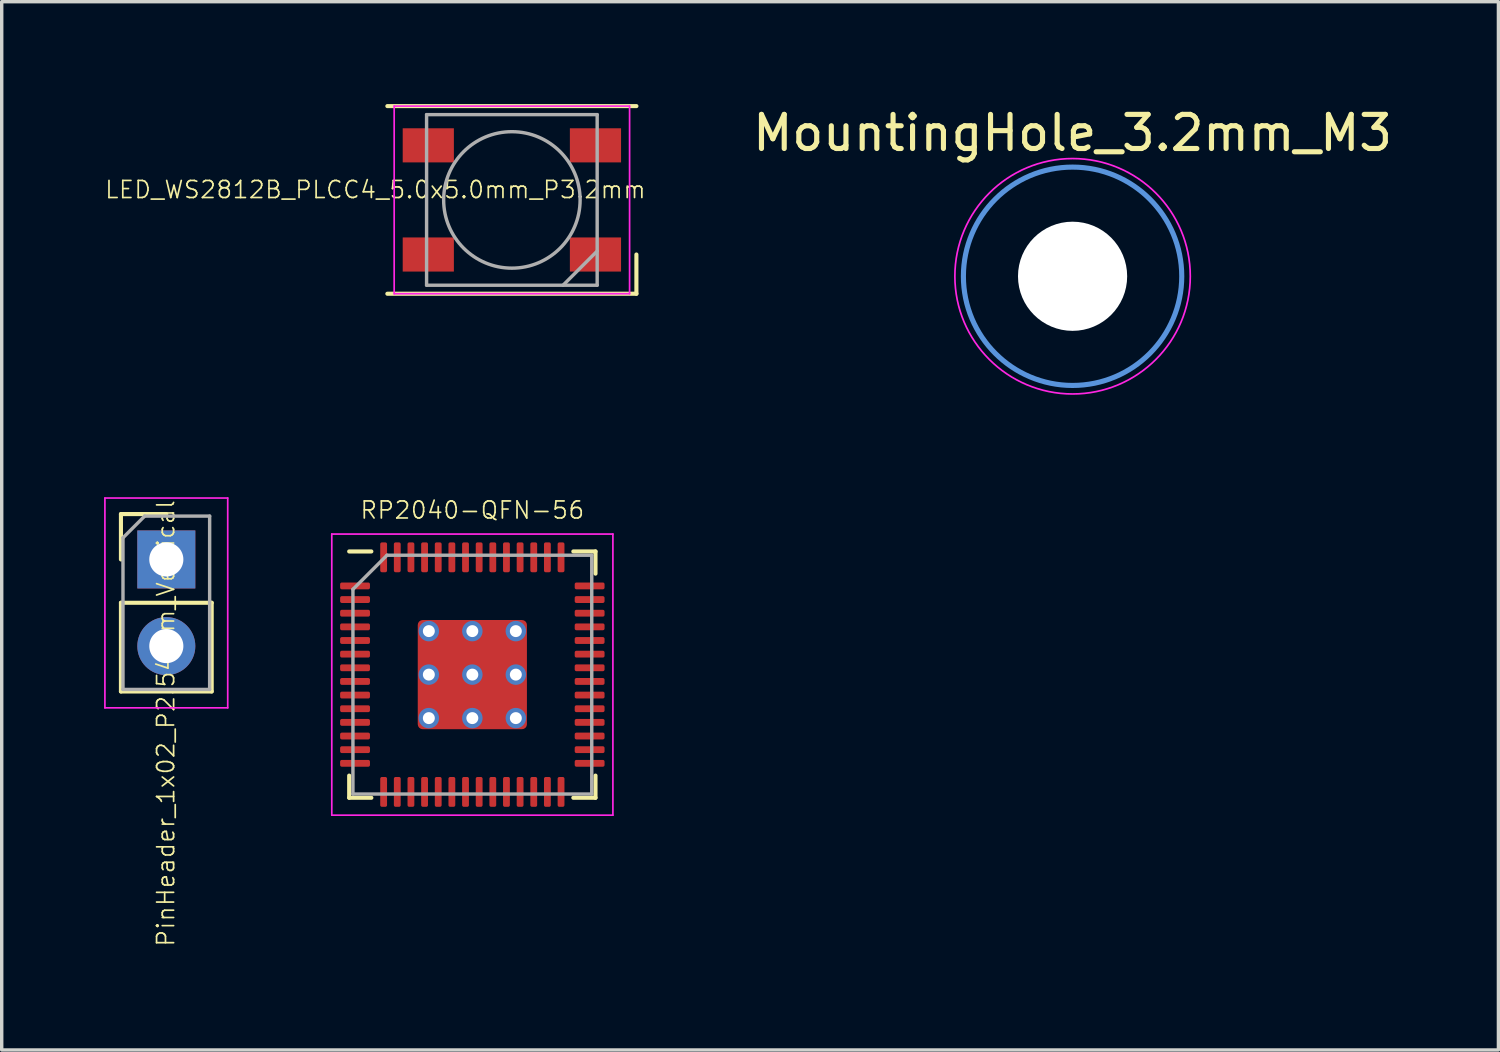
<source format=kicad_pcb>
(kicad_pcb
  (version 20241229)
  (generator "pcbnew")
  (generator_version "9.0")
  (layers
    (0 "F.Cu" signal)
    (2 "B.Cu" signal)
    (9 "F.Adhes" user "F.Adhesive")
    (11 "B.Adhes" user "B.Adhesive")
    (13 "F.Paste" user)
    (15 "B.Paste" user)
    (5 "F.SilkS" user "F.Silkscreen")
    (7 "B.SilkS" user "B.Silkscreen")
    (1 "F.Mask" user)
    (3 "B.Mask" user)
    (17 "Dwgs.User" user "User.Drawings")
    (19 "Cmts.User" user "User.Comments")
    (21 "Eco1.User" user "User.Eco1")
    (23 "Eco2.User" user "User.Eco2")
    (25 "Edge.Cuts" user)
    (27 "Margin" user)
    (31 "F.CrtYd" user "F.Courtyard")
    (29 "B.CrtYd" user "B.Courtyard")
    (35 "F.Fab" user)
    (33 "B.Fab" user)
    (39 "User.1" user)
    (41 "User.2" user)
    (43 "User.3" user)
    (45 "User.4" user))
  (footprint "PinHeader_1x02_P2.54mm_Vertical"
    (layer "F.Cu")
    (at 1.825 13.348)
    (property "Reference" "PinHeader_1x02_P2.54mm_Vertical" (at -0.015 4.805 90) (layer "F.SilkS") (effects (font (size 0.5 0.5) (thickness 0.05))))
    (attr through_hole exclude_from_bom)
    (fp_line (start -1.33 -1.33) (end 0 -1.33) (stroke (width 0.12) (type solid)) (layer "F.SilkS"))
    (fp_line (start -1.33 0) (end -1.33 -1.33) (stroke (width 0.12) (type solid)) (layer "F.SilkS"))
    (fp_line (start -1.33 1.27) (end -1.33 3.87) (stroke (width 0.12) (type solid)) (layer "F.SilkS"))
    (fp_line (start -1.33 1.27) (end 1.33 1.27) (stroke (width 0.12) (type solid)) (layer "F.SilkS"))
    (fp_line (start -1.33 3.87) (end 1.33 3.87) (stroke (width 0.12) (type solid)) (layer "F.SilkS"))
    (fp_line (start 1.33 1.27) (end 1.33 3.87) (stroke (width 0.12) (type solid)) (layer "F.SilkS"))
    (fp_line (start -1.8 -1.8) (end -1.8 4.35) (stroke (width 0.05) (type solid)) (layer "F.CrtYd"))
    (fp_line (start -1.8 4.35) (end 1.8 4.35) (stroke (width 0.05) (type solid)) (layer "F.CrtYd"))
    (fp_line (start 1.8 -1.8) (end -1.8 -1.8) (stroke (width 0.05) (type solid)) (layer "F.CrtYd"))
    (fp_line (start 1.8 4.35) (end 1.8 -1.8) (stroke (width 0.05) (type solid)) (layer "F.CrtYd"))
    (fp_line (start -1.27 -0.635) (end -0.635 -1.27) (stroke (width 0.1) (type solid)) (layer "F.Fab"))
    (fp_line (start -1.27 3.81) (end -1.27 -0.635) (stroke (width 0.1) (type solid)) (layer "F.Fab"))
    (fp_line (start -0.635 -1.27) (end 1.27 -1.27) (stroke (width 0.1) (type solid)) (layer "F.Fab"))
    (fp_line (start 1.27 -1.27) (end 1.27 3.81) (stroke (width 0.1) (type solid)) (layer "F.Fab"))
    (fp_line (start 1.27 3.81) (end -1.27 3.81) (stroke (width 0.1) (type solid)) (layer "F.Fab"))
    (pad "1" thru_hole rect (at 0 0 180) (size 1.7 1.7) (drill 1) (layers "*.Cu" "*.Mask"))
    (pad "2" thru_hole oval (at 0 2.54 180) (size 1.7 1.7) (drill 1) (layers "*.Cu" "*.Mask")))
  (footprint "LED_WS2812B_PLCC4_5.0x5.0mm_P3.2mm"
    (layer "F.Cu")
    (at 11.954 2.81)
    (property "Reference" "LED_WS2812B_PLCC4_5.0x5.0mm_P3.2mm" (at -4 -0.3 0) (layer "F.SilkS") (effects (font (size 0.5 0.5) (thickness 0.05))))
    (attr smd)
    (fp_line (start -3.65 -2.75) (end 3.65 -2.75) (stroke (width 0.12) (type solid)) (layer "F.SilkS"))
    (fp_line (start -3.65 2.75) (end 3.65 2.75) (stroke (width 0.12) (type solid)) (layer "F.SilkS"))
    (fp_line (start 3.65 2.75) (end 3.65 1.6) (stroke (width 0.12) (type solid)) (layer "F.SilkS"))
    (fp_line (start -3.45 -2.75) (end -3.45 2.75) (stroke (width 0.05) (type solid)) (layer "F.CrtYd"))
    (fp_line (start -3.45 2.75) (end 3.45 2.75) (stroke (width 0.05) (type solid)) (layer "F.CrtYd"))
    (fp_line (start 3.45 -2.75) (end -3.45 -2.75) (stroke (width 0.05) (type solid)) (layer "F.CrtYd"))
    (fp_line (start 3.45 2.75) (end 3.45 -2.75) (stroke (width 0.05) (type solid)) (layer "F.CrtYd"))
    (fp_line (start -2.5 -2.5) (end -2.5 2.5) (stroke (width 0.1) (type solid)) (layer "F.Fab"))
    (fp_line (start -2.5 2.5) (end 2.5 2.5) (stroke (width 0.1) (type solid)) (layer "F.Fab"))
    (fp_line (start 2.5 -2.5) (end -2.5 -2.5) (stroke (width 0.1) (type solid)) (layer "F.Fab"))
    (fp_line (start 2.5 1.5) (end 1.5 2.5) (stroke (width 0.1) (type solid)) (layer "F.Fab"))
    (fp_line (start 2.5 2.5) (end 2.5 -2.5) (stroke (width 0.1) (type solid)) (layer "F.Fab"))
    (fp_circle (center 0 0) (end 0 -2) (stroke (width 0.1) (type solid)) (fill no) (layer "F.Fab"))
    (pad "1" smd rect (at -2.45 -1.6) (size 1.5 1) (layers "F.Cu" "F.Mask" "F.Paste"))
    (pad "2" smd rect (at -2.45 1.6) (size 1.5 1) (layers "F.Cu" "F.Mask" "F.Paste"))
    (pad "3" smd rect (at 2.45 1.6) (size 1.5 1) (layers "F.Cu" "F.Mask" "F.Paste"))
    (pad "4" smd rect (at 2.45 -1.6) (size 1.5 1) (layers "F.Cu" "F.Mask" "F.Paste")))
  (footprint "RP2040-QFN-56"
    (layer "F.Cu")
    (at 10.795 16.724)
    (property "Reference" "RP2040-QFN-56" (at 0 -4.82 0) (layer "F.SilkS") (effects (font (size 0.5 0.5) (thickness 0.05))))
    (attr smd)
    (fp_line (start -3.61 3.61) (end -3.61 2.96) (stroke (width 0.12) (type solid)) (layer "F.SilkS"))
    (fp_line (start -2.96 -3.61) (end -3.61 -3.61) (stroke (width 0.12) (type solid)) (layer "F.SilkS"))
    (fp_line (start -2.96 3.61) (end -3.61 3.61) (stroke (width 0.12) (type solid)) (layer "F.SilkS"))
    (fp_line (start 2.96 -3.61) (end 3.61 -3.61) (stroke (width 0.12) (type solid)) (layer "F.SilkS"))
    (fp_line (start 2.96 3.61) (end 3.61 3.61) (stroke (width 0.12) (type solid)) (layer "F.SilkS"))
    (fp_line (start 3.61 -3.61) (end 3.61 -2.96) (stroke (width 0.12) (type solid)) (layer "F.SilkS"))
    (fp_line (start 3.61 3.61) (end 3.61 2.96) (stroke (width 0.12) (type solid)) (layer "F.SilkS"))
    (fp_line (start -4.12 -4.12) (end -4.12 4.12) (stroke (width 0.05) (type solid)) (layer "F.CrtYd"))
    (fp_line (start -4.12 4.12) (end 4.12 4.12) (stroke (width 0.05) (type solid)) (layer "F.CrtYd"))
    (fp_line (start 4.12 -4.12) (end -4.12 -4.12) (stroke (width 0.05) (type solid)) (layer "F.CrtYd"))
    (fp_line (start 4.12 4.12) (end 4.12 -4.12) (stroke (width 0.05) (type solid)) (layer "F.CrtYd"))
    (fp_line (start -3.5 -2.5) (end -2.5 -3.5) (stroke (width 0.1) (type solid)) (layer "F.Fab"))
    (fp_line (start -3.5 3.5) (end -3.5 -2.5) (stroke (width 0.1) (type solid)) (layer "F.Fab"))
    (fp_line (start -2.5 -3.5) (end 3.5 -3.5) (stroke (width 0.1) (type solid)) (layer "F.Fab"))
    (fp_line (start 3.5 -3.5) (end 3.5 3.5) (stroke (width 0.1) (type solid)) (layer "F.Fab"))
    (fp_line (start 3.5 3.5) (end -3.5 3.5) (stroke (width 0.1) (type solid)) (layer "F.Fab"))
    (pad "" smd roundrect (at -0.637 -0.637 180) (size 1.084 1.084) (layers "F.Paste") (roundrect_rratio 0.231))
    (pad "" smd roundrect (at -0.637 0.637 180) (size 1.084 1.084) (layers "F.Paste") (roundrect_rratio 0.231))
    (pad "" smd roundrect (at 0.637 -0.637 180) (size 1.084 1.084) (layers "F.Paste") (roundrect_rratio 0.231))
    (pad "" smd roundrect (at 0.637 0.637 180) (size 1.084 1.084) (layers "F.Paste") (roundrect_rratio 0.231))
    (pad "1" smd roundrect (at -3.438 -2.6 180) (size 0.875 0.2) (layers "F.Cu" "F.Mask" "F.Paste") (roundrect_rratio 0.25))
    (pad "2" smd roundrect (at -3.438 -2.2 180) (size 0.875 0.2) (layers "F.Cu" "F.Mask" "F.Paste") (roundrect_rratio 0.25))
    (pad "3" smd roundrect (at -3.438 -1.8 180) (size 0.875 0.2) (layers "F.Cu" "F.Mask" "F.Paste") (roundrect_rratio 0.25))
    (pad "4" smd roundrect (at -3.438 -1.4 180) (size 0.875 0.2) (layers "F.Cu" "F.Mask" "F.Paste") (roundrect_rratio 0.25))
    (pad "5" smd roundrect (at -3.438 -1 180) (size 0.875 0.2) (layers "F.Cu" "F.Mask" "F.Paste") (roundrect_rratio 0.25))
    (pad "6" smd roundrect (at -3.438 -0.6 180) (size 0.875 0.2) (layers "F.Cu" "F.Mask" "F.Paste") (roundrect_rratio 0.25))
    (pad "7" smd roundrect (at -3.438 -0.2 180) (size 0.875 0.2) (layers "F.Cu" "F.Mask" "F.Paste") (roundrect_rratio 0.25))
    (pad "8" smd roundrect (at -3.438 0.2 180) (size 0.875 0.2) (layers "F.Cu" "F.Mask" "F.Paste") (roundrect_rratio 0.25))
    (pad "9" smd roundrect (at -3.438 0.6 180) (size 0.875 0.2) (layers "F.Cu" "F.Mask" "F.Paste") (roundrect_rratio 0.25))
    (pad "10" smd roundrect (at -3.438 1 180) (size 0.875 0.2) (layers "F.Cu" "F.Mask" "F.Paste") (roundrect_rratio 0.25))
    (pad "11" smd roundrect (at -3.438 1.4 180) (size 0.875 0.2) (layers "F.Cu" "F.Mask" "F.Paste") (roundrect_rratio 0.25))
    (pad "12" smd roundrect (at -3.438 1.8 180) (size 0.875 0.2) (layers "F.Cu" "F.Mask" "F.Paste") (roundrect_rratio 0.25))
    (pad "13" smd roundrect (at -3.438 2.2 180) (size 0.875 0.2) (layers "F.Cu" "F.Mask" "F.Paste") (roundrect_rratio 0.25))
    (pad "14" smd roundrect (at -3.438 2.6 180) (size 0.875 0.2) (layers "F.Cu" "F.Mask" "F.Paste") (roundrect_rratio 0.25))
    (pad "15" smd roundrect (at -2.6 3.438 180) (size 0.2 0.875) (layers "F.Cu" "F.Mask" "F.Paste") (roundrect_rratio 0.25))
    (pad "16" smd roundrect (at -2.2 3.438 180) (size 0.2 0.875) (layers "F.Cu" "F.Mask" "F.Paste") (roundrect_rratio 0.25))
    (pad "17" smd roundrect (at -1.8 3.438 180) (size 0.2 0.875) (layers "F.Cu" "F.Mask" "F.Paste") (roundrect_rratio 0.25))
    (pad "18" smd roundrect (at -1.4 3.438 180) (size 0.2 0.875) (layers "F.Cu" "F.Mask" "F.Paste") (roundrect_rratio 0.25))
    (pad "19" smd roundrect (at -1 3.438 180) (size 0.2 0.875) (layers "F.Cu" "F.Mask" "F.Paste") (roundrect_rratio 0.25))
    (pad "20" smd roundrect (at -0.6 3.438 180) (size 0.2 0.875) (layers "F.Cu" "F.Mask" "F.Paste") (roundrect_rratio 0.25))
    (pad "21" smd roundrect (at -0.2 3.438 180) (size 0.2 0.875) (layers "F.Cu" "F.Mask" "F.Paste") (roundrect_rratio 0.25))
    (pad "22" smd roundrect (at 0.2 3.438 180) (size 0.2 0.875) (layers "F.Cu" "F.Mask" "F.Paste") (roundrect_rratio 0.25))
    (pad "23" smd roundrect (at 0.6 3.438 180) (size 0.2 0.875) (layers "F.Cu" "F.Mask" "F.Paste") (roundrect_rratio 0.25))
    (pad "24" smd roundrect (at 1 3.438 180) (size 0.2 0.875) (layers "F.Cu" "F.Mask" "F.Paste") (roundrect_rratio 0.25))
    (pad "25" smd roundrect (at 1.4 3.438 180) (size 0.2 0.875) (layers "F.Cu" "F.Mask" "F.Paste") (roundrect_rratio 0.25))
    (pad "26" smd roundrect (at 1.8 3.438 180) (size 0.2 0.875) (layers "F.Cu" "F.Mask" "F.Paste") (roundrect_rratio 0.25))
    (pad "27" smd roundrect (at 2.2 3.438 180) (size 0.2 0.875) (layers "F.Cu" "F.Mask" "F.Paste") (roundrect_rratio 0.25))
    (pad "28" smd roundrect (at 2.6 3.438 180) (size 0.2 0.875) (layers "F.Cu" "F.Mask" "F.Paste") (roundrect_rratio 0.25))
    (pad "29" smd roundrect (at 3.438 2.6 180) (size 0.875 0.2) (layers "F.Cu" "F.Mask" "F.Paste") (roundrect_rratio 0.25))
    (pad "30" smd roundrect (at 3.438 2.2 180) (size 0.875 0.2) (layers "F.Cu" "F.Mask" "F.Paste") (roundrect_rratio 0.25))
    (pad "31" smd roundrect (at 3.438 1.8 180) (size 0.875 0.2) (layers "F.Cu" "F.Mask" "F.Paste") (roundrect_rratio 0.25))
    (pad "32" smd roundrect (at 3.438 1.4 180) (size 0.875 0.2) (layers "F.Cu" "F.Mask" "F.Paste") (roundrect_rratio 0.25))
    (pad "33" smd roundrect (at 3.438 1 180) (size 0.875 0.2) (layers "F.Cu" "F.Mask" "F.Paste") (roundrect_rratio 0.25))
    (pad "34" smd roundrect (at 3.438 0.6 180) (size 0.875 0.2) (layers "F.Cu" "F.Mask" "F.Paste") (roundrect_rratio 0.25))
    (pad "35" smd roundrect (at 3.438 0.2 180) (size 0.875 0.2) (layers "F.Cu" "F.Mask" "F.Paste") (roundrect_rratio 0.25))
    (pad "36" smd roundrect (at 3.438 -0.2 180) (size 0.875 0.2) (layers "F.Cu" "F.Mask" "F.Paste") (roundrect_rratio 0.25))
    (pad "37" smd roundrect (at 3.438 -0.6 180) (size 0.875 0.2) (layers "F.Cu" "F.Mask" "F.Paste") (roundrect_rratio 0.25))
    (pad "38" smd roundrect (at 3.438 -1 180) (size 0.875 0.2) (layers "F.Cu" "F.Mask" "F.Paste") (roundrect_rratio 0.25))
    (pad "39" smd roundrect (at 3.438 -1.4 180) (size 0.875 0.2) (layers "F.Cu" "F.Mask" "F.Paste") (roundrect_rratio 0.25))
    (pad "40" smd roundrect (at 3.438 -1.8 180) (size 0.875 0.2) (layers "F.Cu" "F.Mask" "F.Paste") (roundrect_rratio 0.25))
    (pad "41" smd roundrect (at 3.438 -2.2 180) (size 0.875 0.2) (layers "F.Cu" "F.Mask" "F.Paste") (roundrect_rratio 0.25))
    (pad "42" smd roundrect (at 3.438 -2.6 180) (size 0.875 0.2) (layers "F.Cu" "F.Mask" "F.Paste") (roundrect_rratio 0.25))
    (pad "43" smd roundrect (at 2.6 -3.438 180) (size 0.2 0.875) (layers "F.Cu" "F.Mask" "F.Paste") (roundrect_rratio 0.25))
    (pad "44" smd roundrect (at 2.2 -3.438 180) (size 0.2 0.875) (layers "F.Cu" "F.Mask" "F.Paste") (roundrect_rratio 0.25))
    (pad "45" smd roundrect (at 1.8 -3.438 180) (size 0.2 0.875) (layers "F.Cu" "F.Mask" "F.Paste") (roundrect_rratio 0.25))
    (pad "46" smd roundrect (at 1.4 -3.438 180) (size 0.2 0.875) (layers "F.Cu" "F.Mask" "F.Paste") (roundrect_rratio 0.25))
    (pad "47" smd roundrect (at 1 -3.438 180) (size 0.2 0.875) (layers "F.Cu" "F.Mask" "F.Paste") (roundrect_rratio 0.25))
    (pad "48" smd roundrect (at 0.6 -3.438 180) (size 0.2 0.875) (layers "F.Cu" "F.Mask" "F.Paste") (roundrect_rratio 0.25))
    (pad "49" smd roundrect (at 0.2 -3.438 180) (size 0.2 0.875) (layers "F.Cu" "F.Mask" "F.Paste") (roundrect_rratio 0.25))
    (pad "50" smd roundrect (at -0.2 -3.438 180) (size 0.2 0.875) (layers "F.Cu" "F.Mask" "F.Paste") (roundrect_rratio 0.25))
    (pad "51" smd roundrect (at -0.6 -3.438 180) (size 0.2 0.875) (layers "F.Cu" "F.Mask" "F.Paste") (roundrect_rratio 0.25))
    (pad "52" smd roundrect (at -1 -3.438 180) (size 0.2 0.875) (layers "F.Cu" "F.Mask" "F.Paste") (roundrect_rratio 0.25))
    (pad "53" smd roundrect (at -1.4 -3.438 180) (size 0.2 0.875) (layers "F.Cu" "F.Mask" "F.Paste") (roundrect_rratio 0.25))
    (pad "54" smd roundrect (at -1.8 -3.438 180) (size 0.2 0.875) (layers "F.Cu" "F.Mask" "F.Paste") (roundrect_rratio 0.25))
    (pad "55" smd roundrect (at -2.2 -3.438 180) (size 0.2 0.875) (layers "F.Cu" "F.Mask" "F.Paste") (roundrect_rratio 0.25))
    (pad "56" smd roundrect (at -2.6 -3.438 180) (size 0.2 0.875) (layers "F.Cu" "F.Mask" "F.Paste") (roundrect_rratio 0.25))
    (pad "57" thru_hole circle (at -1.275 -1.275 180) (size 0.6 0.6) (drill 0.35) (layers "*.Cu"))
    (pad "57" thru_hole circle (at -1.275 0 180) (size 0.6 0.6) (drill 0.35) (layers "*.Cu"))
    (pad "57" thru_hole circle (at -1.275 1.275 180) (size 0.6 0.6) (drill 0.35) (layers "*.Cu"))
    (pad "57" thru_hole circle (at 0 -1.275 180) (size 0.6 0.6) (drill 0.35) (layers "*.Cu"))
    (pad "57" thru_hole circle (at 0 0 180) (size 0.6 0.6) (drill 0.35) (layers "*.Cu"))
    (pad "57" smd roundrect (at 0 0 180) (size 3.2 3.2) (layers "F.Cu" "F.Mask") (roundrect_rratio 0.045))
    (pad "57" thru_hole circle (at 0 1.275 180) (size 0.6 0.6) (drill 0.35) (layers "*.Cu"))
    (pad "57" thru_hole circle (at 1.275 -1.275 180) (size 0.6 0.6) (drill 0.35) (layers "*.Cu"))
    (pad "57" thru_hole circle (at 1.275 0 180) (size 0.6 0.6) (drill 0.35) (layers "*.Cu"))
    (pad "57" thru_hole circle (at 1.275 1.275 180) (size 0.6 0.6) (drill 0.35) (layers "*.Cu")))
  (footprint "MountingHole_3.2mm_M3"
    (layer "F.Cu")
    (at 28.389 5.048)
    (property "Reference" "MountingHole_3.2mm_M3" (at 0 -4.2 0) (layer "F.SilkS") (effects (font (size 1 1) (thickness 0.15))))
    (attr exclude_from_pos_files exclude_from_bom)
    (fp_circle (center 0 0) (end 3.2 0) (stroke (width 0.15) (type solid)) (fill no) (layer "Cmts.User"))
    (fp_circle (center 0 0) (end 3.45 0) (stroke (width 0.05) (type solid)) (fill no) (layer "F.CrtYd"))
    (pad "" np_thru_hole circle (at 0 0) (size 3.2 3.2) (drill 3.2) (layers "*.Cu" "*.Mask")))
  (gr_rect
    (start -3 -3)
    (end 40.871 27.726)
    (stroke (width 0.1) (type default))
    (fill no)
    (layer "Edge.Cuts")))
</source>
